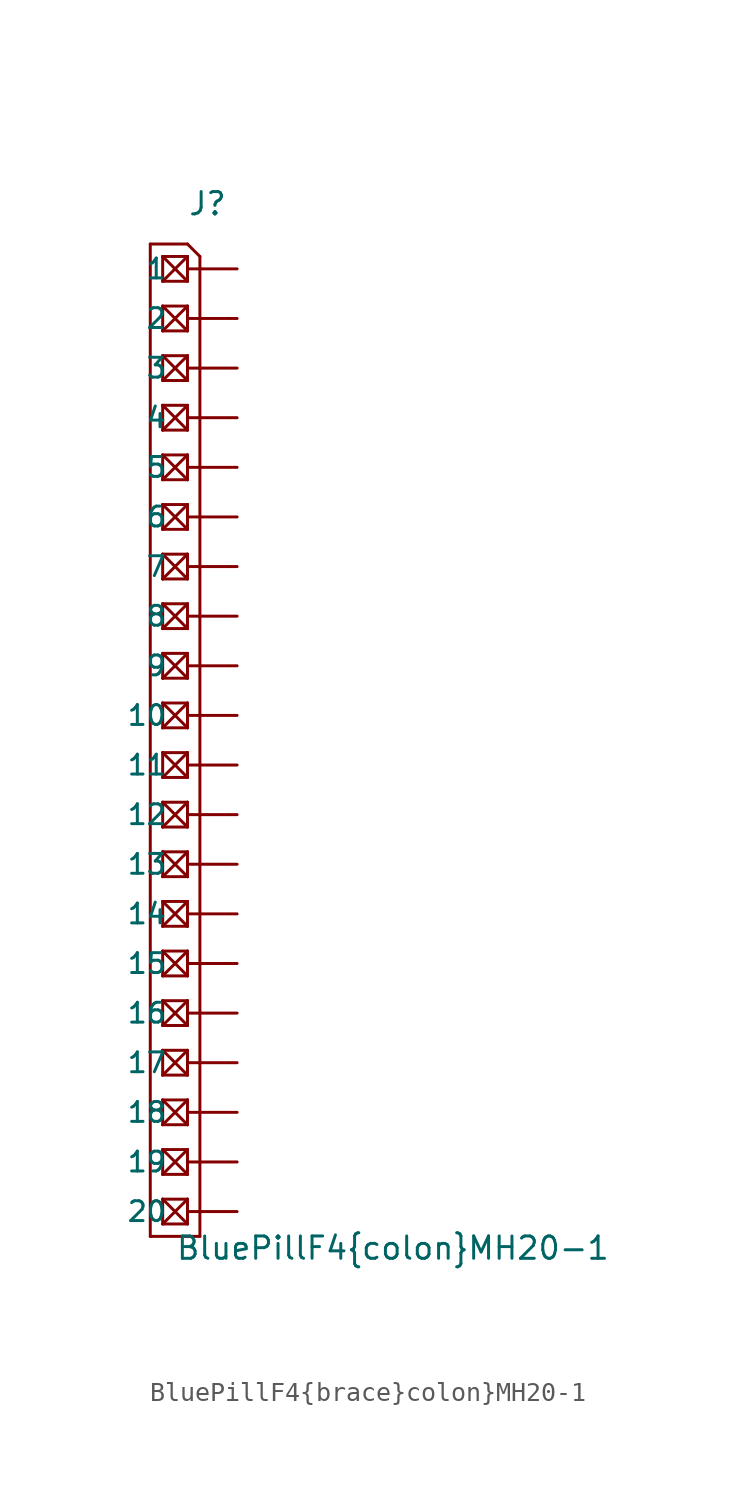
<source format=kicad_sym>
(kicad_symbol_lib
  (version 20211014)
  (generator kicad_symbol_editor)
  (symbol "BluePillF4{brace}colon}MH20-1"
    (pin_numbers hide)
    (pin_names
      (offset 1.016))
    (property "Reference" "J"
      (at 0 28.067 0)
      (effects (font (size 1.143 1.143)) (justify left bottom)))
    (property "Value" "BluePillF4{brace}colon}MH20-1"
      (at -0.635 -25.4 0)
      (effects (font (size 1.143 1.143)) (justify left bottom)))
    (property "ki_locked" ""
      (at 0 0 0)
      (effects (font (size 1.27 1.27))))
    (symbol "BluePillF4{brace}colon}MH20-1_1_0"
      (polyline (pts (xy -1.905 26.67) (xy -1.905 -24.13)) (stroke (width 0) (type default) (color 0 0 0 0)) (fill (type none)))
      (polyline (pts (xy -1.905 26.67) (xy 0 26.67)) (stroke (width 0) (type default) (color 0 0 0 0)) (fill (type none)))
      (polyline (pts (xy -1.27 -23.495) (xy -1.27 -22.225)) (stroke (width 0) (type default) (color 0 0 0 0)) (fill (type none)))
      (polyline (pts (xy -1.27 -22.225) (xy 0 -23.495)) (stroke (width 0) (type default) (color 0 0 0 0)) (fill (type none)))
      (polyline (pts (xy -1.27 -22.225) (xy 0 -22.225)) (stroke (width 0) (type default) (color 0 0 0 0)) (fill (type none)))
      (polyline (pts (xy -1.27 -20.955) (xy -1.27 -19.685)) (stroke (width 0) (type default) (color 0 0 0 0)) (fill (type none)))
      (polyline (pts (xy -1.27 -19.685) (xy 0 -20.955)) (stroke (width 0) (type default) (color 0 0 0 0)) (fill (type none)))
      (polyline (pts (xy -1.27 -19.685) (xy 0 -19.685)) (stroke (width 0) (type default) (color 0 0 0 0)) (fill (type none)))
      (polyline (pts (xy -1.27 -18.415) (xy -1.27 -17.145)) (stroke (width 0) (type default) (color 0 0 0 0)) (fill (type none)))
      (polyline (pts (xy -1.27 -17.145) (xy 0 -18.415)) (stroke (width 0) (type default) (color 0 0 0 0)) (fill (type none)))
      (polyline (pts (xy -1.27 -17.145) (xy 0 -17.145)) (stroke (width 0) (type default) (color 0 0 0 0)) (fill (type none)))
      (polyline (pts (xy -1.27 -15.875) (xy -1.27 -14.605)) (stroke (width 0) (type default) (color 0 0 0 0)) (fill (type none)))
      (polyline (pts (xy -1.27 -14.605) (xy 0 -15.875)) (stroke (width 0) (type default) (color 0 0 0 0)) (fill (type none)))
      (polyline (pts (xy -1.27 -14.605) (xy 0 -14.605)) (stroke (width 0) (type default) (color 0 0 0 0)) (fill (type none)))
      (polyline (pts (xy -1.27 -13.335) (xy -1.27 -12.065)) (stroke (width 0) (type default) (color 0 0 0 0)) (fill (type none)))
      (polyline (pts (xy -1.27 -12.065) (xy 0 -13.335)) (stroke (width 0) (type default) (color 0 0 0 0)) (fill (type none)))
      (polyline (pts (xy -1.27 -12.065) (xy 0 -12.065)) (stroke (width 0) (type default) (color 0 0 0 0)) (fill (type none)))
      (polyline (pts (xy -1.27 -10.795) (xy -1.27 -9.525)) (stroke (width 0) (type default) (color 0 0 0 0)) (fill (type none)))
      (polyline (pts (xy -1.27 -9.525) (xy 0 -10.795)) (stroke (width 0) (type default) (color 0 0 0 0)) (fill (type none)))
      (polyline (pts (xy -1.27 -9.525) (xy 0 -9.525)) (stroke (width 0) (type default) (color 0 0 0 0)) (fill (type none)))
      (polyline (pts (xy -1.27 -8.255) (xy -1.27 -6.985)) (stroke (width 0) (type default) (color 0 0 0 0)) (fill (type none)))
      (polyline (pts (xy -1.27 -6.985) (xy 0 -8.255)) (stroke (width 0) (type default) (color 0 0 0 0)) (fill (type none)))
      (polyline (pts (xy -1.27 -6.985) (xy 0 -6.985)) (stroke (width 0) (type default) (color 0 0 0 0)) (fill (type none)))
      (polyline (pts (xy -1.27 -5.715) (xy -1.27 -4.445)) (stroke (width 0) (type default) (color 0 0 0 0)) (fill (type none)))
      (polyline (pts (xy -1.27 -4.445) (xy 0 -5.715)) (stroke (width 0) (type default) (color 0 0 0 0)) (fill (type none)))
      (polyline (pts (xy -1.27 -4.445) (xy 0 -4.445)) (stroke (width 0) (type default) (color 0 0 0 0)) (fill (type none)))
      (polyline (pts (xy -1.27 -3.175) (xy -1.27 -1.905)) (stroke (width 0) (type default) (color 0 0 0 0)) (fill (type none)))
      (polyline (pts (xy -1.27 -1.905) (xy 0 -3.175)) (stroke (width 0) (type default) (color 0 0 0 0)) (fill (type none)))
      (polyline (pts (xy -1.27 -1.905) (xy 0 -1.905)) (stroke (width 0) (type default) (color 0 0 0 0)) (fill (type none)))
      (polyline (pts (xy -1.27 -0.635) (xy -1.27 0.635)) (stroke (width 0) (type default) (color 0 0 0 0)) (fill (type none)))
      (polyline (pts (xy -1.27 0.635) (xy 0 -0.635)) (stroke (width 0) (type default) (color 0 0 0 0)) (fill (type none)))
      (polyline (pts (xy -1.27 0.635) (xy 0 0.635)) (stroke (width 0) (type default) (color 0 0 0 0)) (fill (type none)))
      (polyline (pts (xy -1.27 1.905) (xy -1.27 3.175)) (stroke (width 0) (type default) (color 0 0 0 0)) (fill (type none)))
      (polyline (pts (xy -1.27 3.175) (xy 0 1.905)) (stroke (width 0) (type default) (color 0 0 0 0)) (fill (type none)))
      (polyline (pts (xy -1.27 3.175) (xy 0 3.175)) (stroke (width 0) (type default) (color 0 0 0 0)) (fill (type none)))
      (polyline (pts (xy -1.27 4.445) (xy -1.27 5.715)) (stroke (width 0) (type default) (color 0 0 0 0)) (fill (type none)))
      (polyline (pts (xy -1.27 5.715) (xy 0 4.445)) (stroke (width 0) (type default) (color 0 0 0 0)) (fill (type none)))
      (polyline (pts (xy -1.27 5.715) (xy 0 5.715)) (stroke (width 0) (type default) (color 0 0 0 0)) (fill (type none)))
      (polyline (pts (xy -1.27 6.985) (xy -1.27 8.255)) (stroke (width 0) (type default) (color 0 0 0 0)) (fill (type none)))
      (polyline (pts (xy -1.27 8.255) (xy 0 6.985)) (stroke (width 0) (type default) (color 0 0 0 0)) (fill (type none)))
      (polyline (pts (xy -1.27 8.255) (xy 0 8.255)) (stroke (width 0) (type default) (color 0 0 0 0)) (fill (type none)))
      (polyline (pts (xy -1.27 9.525) (xy -1.27 10.795)) (stroke (width 0) (type default) (color 0 0 0 0)) (fill (type none)))
      (polyline (pts (xy -1.27 10.795) (xy 0 9.525)) (stroke (width 0) (type default) (color 0 0 0 0)) (fill (type none)))
      (polyline (pts (xy -1.27 10.795) (xy 0 10.795)) (stroke (width 0) (type default) (color 0 0 0 0)) (fill (type none)))
      (polyline (pts (xy -1.27 12.065) (xy -1.27 13.335)) (stroke (width 0) (type default) (color 0 0 0 0)) (fill (type none)))
      (polyline (pts (xy -1.27 13.335) (xy 0 12.065)) (stroke (width 0) (type default) (color 0 0 0 0)) (fill (type none)))
      (polyline (pts (xy -1.27 13.335) (xy 0 13.335)) (stroke (width 0) (type default) (color 0 0 0 0)) (fill (type none)))
      (polyline (pts (xy -1.27 14.605) (xy -1.27 15.875)) (stroke (width 0) (type default) (color 0 0 0 0)) (fill (type none)))
      (polyline (pts (xy -1.27 15.875) (xy 0 14.605)) (stroke (width 0) (type default) (color 0 0 0 0)) (fill (type none)))
      (polyline (pts (xy -1.27 15.875) (xy 0 15.875)) (stroke (width 0) (type default) (color 0 0 0 0)) (fill (type none)))
      (polyline (pts (xy -1.27 17.145) (xy -1.27 18.415)) (stroke (width 0) (type default) (color 0 0 0 0)) (fill (type none)))
      (polyline (pts (xy -1.27 18.415) (xy 0 17.145)) (stroke (width 0) (type default) (color 0 0 0 0)) (fill (type none)))
      (polyline (pts (xy -1.27 18.415) (xy 0 18.415)) (stroke (width 0) (type default) (color 0 0 0 0)) (fill (type none)))
      (polyline (pts (xy -1.27 19.685) (xy -1.27 20.955)) (stroke (width 0) (type default) (color 0 0 0 0)) (fill (type none)))
      (polyline (pts (xy -1.27 20.955) (xy 0 19.685)) (stroke (width 0) (type default) (color 0 0 0 0)) (fill (type none)))
      (polyline (pts (xy -1.27 20.955) (xy 0 20.955)) (stroke (width 0) (type default) (color 0 0 0 0)) (fill (type none)))
      (polyline (pts (xy -1.27 22.225) (xy -1.27 23.495)) (stroke (width 0) (type default) (color 0 0 0 0)) (fill (type none)))
      (polyline (pts (xy -1.27 23.495) (xy 0 22.225)) (stroke (width 0) (type default) (color 0 0 0 0)) (fill (type none)))
      (polyline (pts (xy -1.27 23.495) (xy 0 23.495)) (stroke (width 0) (type default) (color 0 0 0 0)) (fill (type none)))
      (polyline (pts (xy -1.27 24.765) (xy -1.27 26.035)) (stroke (width 0) (type default) (color 0 0 0 0)) (fill (type none)))
      (polyline (pts (xy -1.27 26.035) (xy 0 24.765)) (stroke (width 0) (type default) (color 0 0 0 0)) (fill (type none)))
      (polyline (pts (xy -1.27 26.035) (xy 0 26.035)) (stroke (width 0) (type default) (color 0 0 0 0)) (fill (type none)))
      (polyline (pts (xy 0 -23.495) (xy -1.27 -23.495)) (stroke (width 0) (type default) (color 0 0 0 0)) (fill (type none)))
      (polyline (pts (xy 0 -22.225) (xy -1.27 -23.495)) (stroke (width 0) (type default) (color 0 0 0 0)) (fill (type none)))
      (polyline (pts (xy 0 -22.225) (xy 0 -23.495)) (stroke (width 0) (type default) (color 0 0 0 0)) (fill (type none)))
      (polyline (pts (xy 0 -20.955) (xy -1.27 -20.955)) (stroke (width 0) (type default) (color 0 0 0 0)) (fill (type none)))
      (polyline (pts (xy 0 -19.685) (xy -1.27 -20.955)) (stroke (width 0) (type default) (color 0 0 0 0)) (fill (type none)))
      (polyline (pts (xy 0 -19.685) (xy 0 -20.955)) (stroke (width 0) (type default) (color 0 0 0 0)) (fill (type none)))
      (polyline (pts (xy 0 -18.415) (xy -1.27 -18.415)) (stroke (width 0) (type default) (color 0 0 0 0)) (fill (type none)))
      (polyline (pts (xy 0 -17.145) (xy -1.27 -18.415)) (stroke (width 0) (type default) (color 0 0 0 0)) (fill (type none)))
      (polyline (pts (xy 0 -17.145) (xy 0 -18.415)) (stroke (width 0) (type default) (color 0 0 0 0)) (fill (type none)))
      (polyline (pts (xy 0 -15.875) (xy -1.27 -15.875)) (stroke (width 0) (type default) (color 0 0 0 0)) (fill (type none)))
      (polyline (pts (xy 0 -14.605) (xy -1.27 -15.875)) (stroke (width 0) (type default) (color 0 0 0 0)) (fill (type none)))
      (polyline (pts (xy 0 -14.605) (xy 0 -15.875)) (stroke (width 0) (type default) (color 0 0 0 0)) (fill (type none)))
      (polyline (pts (xy 0 -13.335) (xy -1.27 -13.335)) (stroke (width 0) (type default) (color 0 0 0 0)) (fill (type none)))
      (polyline (pts (xy 0 -12.065) (xy -1.27 -13.335)) (stroke (width 0) (type default) (color 0 0 0 0)) (fill (type none)))
      (polyline (pts (xy 0 -12.065) (xy 0 -13.335)) (stroke (width 0) (type default) (color 0 0 0 0)) (fill (type none)))
      (polyline (pts (xy 0 -10.795) (xy -1.27 -10.795)) (stroke (width 0) (type default) (color 0 0 0 0)) (fill (type none)))
      (polyline (pts (xy 0 -9.525) (xy -1.27 -10.795)) (stroke (width 0) (type default) (color 0 0 0 0)) (fill (type none)))
      (polyline (pts (xy 0 -9.525) (xy 0 -10.795)) (stroke (width 0) (type default) (color 0 0 0 0)) (fill (type none)))
      (polyline (pts (xy 0 -8.255) (xy -1.27 -8.255)) (stroke (width 0) (type default) (color 0 0 0 0)) (fill (type none)))
      (polyline (pts (xy 0 -6.985) (xy -1.27 -8.255)) (stroke (width 0) (type default) (color 0 0 0 0)) (fill (type none)))
      (polyline (pts (xy 0 -6.985) (xy 0 -8.255)) (stroke (width 0) (type default) (color 0 0 0 0)) (fill (type none)))
      (polyline (pts (xy 0 -5.715) (xy -1.27 -5.715)) (stroke (width 0) (type default) (color 0 0 0 0)) (fill (type none)))
      (polyline (pts (xy 0 -4.445) (xy -1.27 -5.715)) (stroke (width 0) (type default) (color 0 0 0 0)) (fill (type none)))
      (polyline (pts (xy 0 -4.445) (xy 0 -5.715)) (stroke (width 0) (type default) (color 0 0 0 0)) (fill (type none)))
      (polyline (pts (xy 0 -3.175) (xy -1.27 -3.175)) (stroke (width 0) (type default) (color 0 0 0 0)) (fill (type none)))
      (polyline (pts (xy 0 -1.905) (xy -1.27 -3.175)) (stroke (width 0) (type default) (color 0 0 0 0)) (fill (type none)))
      (polyline (pts (xy 0 -1.905) (xy 0 -3.175)) (stroke (width 0) (type default) (color 0 0 0 0)) (fill (type none)))
      (polyline (pts (xy 0 -0.635) (xy -1.27 -0.635)) (stroke (width 0) (type default) (color 0 0 0 0)) (fill (type none)))
      (polyline (pts (xy 0 0.635) (xy -1.27 -0.635)) (stroke (width 0) (type default) (color 0 0 0 0)) (fill (type none)))
      (polyline (pts (xy 0 0.635) (xy 0 -0.635)) (stroke (width 0) (type default) (color 0 0 0 0)) (fill (type none)))
      (polyline (pts (xy 0 1.905) (xy -1.27 1.905)) (stroke (width 0) (type default) (color 0 0 0 0)) (fill (type none)))
      (polyline (pts (xy 0 3.175) (xy -1.27 1.905)) (stroke (width 0) (type default) (color 0 0 0 0)) (fill (type none)))
      (polyline (pts (xy 0 3.175) (xy 0 1.905)) (stroke (width 0) (type default) (color 0 0 0 0)) (fill (type none)))
      (polyline (pts (xy 0 4.445) (xy -1.27 4.445)) (stroke (width 0) (type default) (color 0 0 0 0)) (fill (type none)))
      (polyline (pts (xy 0 5.715) (xy -1.27 4.445)) (stroke (width 0) (type default) (color 0 0 0 0)) (fill (type none)))
      (polyline (pts (xy 0 5.715) (xy 0 4.445)) (stroke (width 0) (type default) (color 0 0 0 0)) (fill (type none)))
      (polyline (pts (xy 0 6.985) (xy -1.27 6.985)) (stroke (width 0) (type default) (color 0 0 0 0)) (fill (type none)))
      (polyline (pts (xy 0 8.255) (xy -1.27 6.985)) (stroke (width 0) (type default) (color 0 0 0 0)) (fill (type none)))
      (polyline (pts (xy 0 8.255) (xy 0 6.985)) (stroke (width 0) (type default) (color 0 0 0 0)) (fill (type none)))
      (polyline (pts (xy 0 9.525) (xy -1.27 9.525)) (stroke (width 0) (type default) (color 0 0 0 0)) (fill (type none)))
      (polyline (pts (xy 0 10.795) (xy -1.27 9.525)) (stroke (width 0) (type default) (color 0 0 0 0)) (fill (type none)))
      (polyline (pts (xy 0 10.795) (xy 0 9.525)) (stroke (width 0) (type default) (color 0 0 0 0)) (fill (type none)))
      (polyline (pts (xy 0 12.065) (xy -1.27 12.065)) (stroke (width 0) (type default) (color 0 0 0 0)) (fill (type none)))
      (polyline (pts (xy 0 13.335) (xy -1.27 12.065)) (stroke (width 0) (type default) (color 0 0 0 0)) (fill (type none)))
      (polyline (pts (xy 0 13.335) (xy 0 12.065)) (stroke (width 0) (type default) (color 0 0 0 0)) (fill (type none)))
      (polyline (pts (xy 0 14.605) (xy -1.27 14.605)) (stroke (width 0) (type default) (color 0 0 0 0)) (fill (type none)))
      (polyline (pts (xy 0 15.875) (xy -1.27 14.605)) (stroke (width 0) (type default) (color 0 0 0 0)) (fill (type none)))
      (polyline (pts (xy 0 15.875) (xy 0 14.605)) (stroke (width 0) (type default) (color 0 0 0 0)) (fill (type none)))
      (polyline (pts (xy 0 17.145) (xy -1.27 17.145)) (stroke (width 0) (type default) (color 0 0 0 0)) (fill (type none)))
      (polyline (pts (xy 0 18.415) (xy -1.27 17.145)) (stroke (width 0) (type default) (color 0 0 0 0)) (fill (type none)))
      (polyline (pts (xy 0 18.415) (xy 0 17.145)) (stroke (width 0) (type default) (color 0 0 0 0)) (fill (type none)))
      (polyline (pts (xy 0 19.685) (xy -1.27 19.685)) (stroke (width 0) (type default) (color 0 0 0 0)) (fill (type none)))
      (polyline (pts (xy 0 20.955) (xy -1.27 19.685)) (stroke (width 0) (type default) (color 0 0 0 0)) (fill (type none)))
      (polyline (pts (xy 0 20.955) (xy 0 19.685)) (stroke (width 0) (type default) (color 0 0 0 0)) (fill (type none)))
      (polyline (pts (xy 0 22.225) (xy -1.27 22.225)) (stroke (width 0) (type default) (color 0 0 0 0)) (fill (type none)))
      (polyline (pts (xy 0 23.495) (xy -1.27 22.225)) (stroke (width 0) (type default) (color 0 0 0 0)) (fill (type none)))
      (polyline (pts (xy 0 23.495) (xy 0 22.225)) (stroke (width 0) (type default) (color 0 0 0 0)) (fill (type none)))
      (polyline (pts (xy 0 24.765) (xy -1.27 24.765)) (stroke (width 0) (type default) (color 0 0 0 0)) (fill (type none)))
      (polyline (pts (xy 0 26.035) (xy -1.27 24.765)) (stroke (width 0) (type default) (color 0 0 0 0)) (fill (type none)))
      (polyline (pts (xy 0 26.035) (xy 0 24.765)) (stroke (width 0) (type default) (color 0 0 0 0)) (fill (type none)))
      (polyline (pts (xy 0 26.67) (xy 0.635 26.035)) (stroke (width 0) (type default) (color 0 0 0 0)) (fill (type none)))
      (polyline (pts (xy 0.635 -24.13) (xy -1.905 -24.13)) (stroke (width 0) (type default) (color 0 0 0 0)) (fill (type none)))
      (polyline (pts (xy 0.635 -24.13) (xy 0.635 26.035)) (stroke (width 0) (type default) (color 0 0 0 0)) (fill (type none))))
    (symbol "BluePillF4{brace}colon}MH20-1_1_1"
      (pin passive line (at 2.54 25.4 180) (length 2.54) (name "1" (effects (font (size 1.016 1.016)))) (number "1" (effects (font (size 1.016 1.016)))))
      (pin passive line (at 2.54 2.54 180) (length 2.54) (name "10" (effects (font (size 1.016 1.016)))) (number "10" (effects (font (size 1.016 1.016)))))
      (pin passive line (at 2.54 0 180) (length 2.54) (name "11" (effects (font (size 1.016 1.016)))) (number "11" (effects (font (size 1.016 1.016)))))
      (pin passive line (at 2.54 -2.54 180) (length 2.54) (name "12" (effects (font (size 1.016 1.016)))) (number "12" (effects (font (size 1.016 1.016)))))
      (pin passive line (at 2.54 -5.08 180) (length 2.54) (name "13" (effects (font (size 1.016 1.016)))) (number "13" (effects (font (size 1.016 1.016)))))
      (pin passive line (at 2.54 -7.62 180) (length 2.54) (name "14" (effects (font (size 1.016 1.016)))) (number "14" (effects (font (size 1.016 1.016)))))
      (pin passive line (at 2.54 -10.16 180) (length 2.54) (name "15" (effects (font (size 1.016 1.016)))) (number "15" (effects (font (size 1.016 1.016)))))
      (pin passive line (at 2.54 -12.7 180) (length 2.54) (name "16" (effects (font (size 1.016 1.016)))) (number "16" (effects (font (size 1.016 1.016)))))
      (pin passive line (at 2.54 -15.24 180) (length 2.54) (name "17" (effects (font (size 1.016 1.016)))) (number "17" (effects (font (size 1.016 1.016)))))
      (pin passive line (at 2.54 -17.78 180) (length 2.54) (name "18" (effects (font (size 1.016 1.016)))) (number "18" (effects (font (size 1.016 1.016)))))
      (pin passive line (at 2.54 -20.32 180) (length 2.54) (name "19" (effects (font (size 1.016 1.016)))) (number "19" (effects (font (size 1.016 1.016)))))
      (pin passive line (at 2.54 22.86 180) (length 2.54) (name "2" (effects (font (size 1.016 1.016)))) (number "2" (effects (font (size 1.016 1.016)))))
      (pin passive line (at 2.54 -22.86 180) (length 2.54) (name "20" (effects (font (size 1.016 1.016)))) (number "20" (effects (font (size 1.016 1.016)))))
      (pin passive line (at 2.54 20.32 180) (length 2.54) (name "3" (effects (font (size 1.016 1.016)))) (number "3" (effects (font (size 1.016 1.016)))))
      (pin passive line (at 2.54 17.78 180) (length 2.54) (name "4" (effects (font (size 1.016 1.016)))) (number "4" (effects (font (size 1.016 1.016)))))
      (pin passive line (at 2.54 15.24 180) (length 2.54) (name "5" (effects (font (size 1.016 1.016)))) (number "5" (effects (font (size 1.016 1.016)))))
      (pin passive line (at 2.54 12.7 180) (length 2.54) (name "6" (effects (font (size 1.016 1.016)))) (number "6" (effects (font (size 1.016 1.016)))))
      (pin passive line (at 2.54 10.16 180) (length 2.54) (name "7" (effects (font (size 1.016 1.016)))) (number "7" (effects (font (size 1.016 1.016)))))
      (pin passive line (at 2.54 7.62 180) (length 2.54) (name "8" (effects (font (size 1.016 1.016)))) (number "8" (effects (font (size 1.016 1.016)))))
      (pin passive line (at 2.54 5.08 180) (length 2.54) (name "9" (effects (font (size 1.016 1.016)))) (number "9" (effects (font (size 1.016 1.016))))))))
</source>
